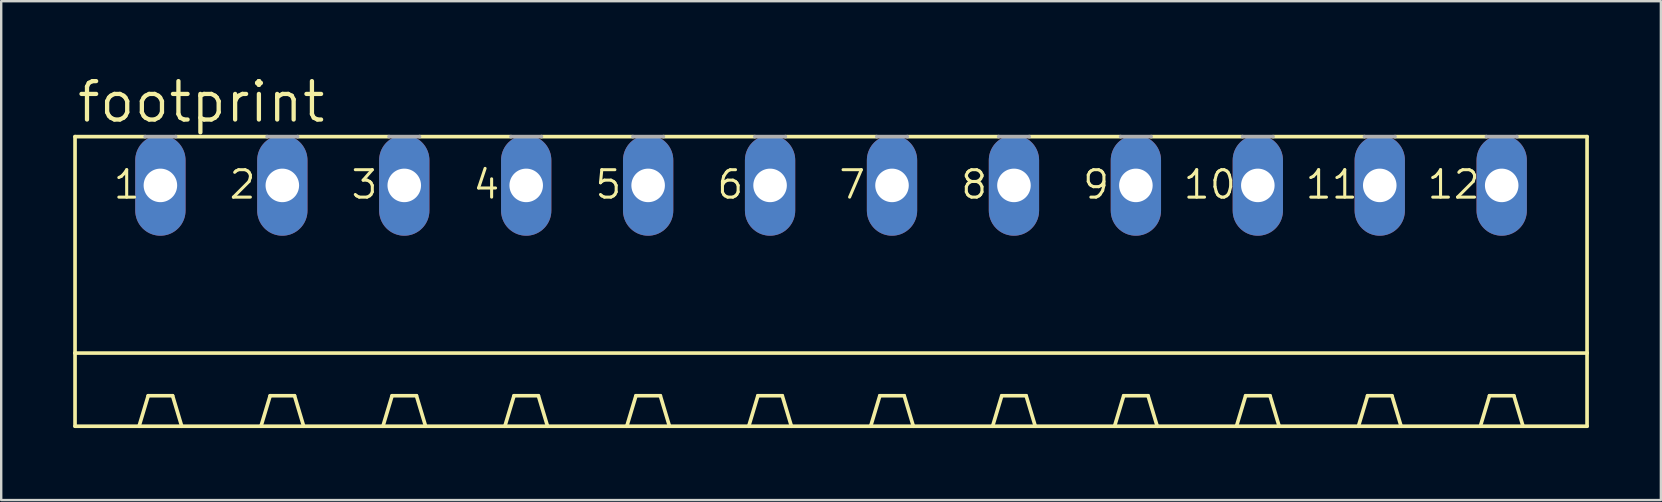
<source format=kicad_pcb>
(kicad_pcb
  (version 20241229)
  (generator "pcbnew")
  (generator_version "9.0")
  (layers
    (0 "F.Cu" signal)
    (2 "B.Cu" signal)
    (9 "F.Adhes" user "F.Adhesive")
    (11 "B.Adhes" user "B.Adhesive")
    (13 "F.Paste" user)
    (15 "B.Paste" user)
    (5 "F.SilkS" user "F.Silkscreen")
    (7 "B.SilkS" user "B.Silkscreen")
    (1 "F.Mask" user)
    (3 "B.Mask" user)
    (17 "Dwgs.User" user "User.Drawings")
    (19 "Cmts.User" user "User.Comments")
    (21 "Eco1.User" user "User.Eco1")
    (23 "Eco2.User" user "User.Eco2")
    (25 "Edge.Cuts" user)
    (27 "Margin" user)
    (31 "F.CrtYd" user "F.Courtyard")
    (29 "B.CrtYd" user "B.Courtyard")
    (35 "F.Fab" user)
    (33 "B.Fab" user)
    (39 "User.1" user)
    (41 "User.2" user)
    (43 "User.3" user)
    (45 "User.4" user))
  (footprint "footprint"
    (layer "F.Cu")
    (at 31.572 9.754)
    (property "Reference" "footprint" (at -31.496 -7.62 0) (layer "F.SilkS") (effects (font (size 1.6 1.6) (thickness 0.178)) (justify left bottom)))
    (fp_line (start -31.496 -7.112) (end -31.496 1.905) (stroke (width 0.152) (type solid)) (layer "F.SilkS"))
    (fp_line (start -31.496 -7.112) (end -28.575 -7.112) (stroke (width 0.152) (type solid)) (layer "F.SilkS"))
    (fp_line (start -31.496 1.905) (end -31.496 4.953) (stroke (width 0.152) (type solid)) (layer "F.SilkS"))
    (fp_line (start -31.496 1.905) (end 31.496 1.905) (stroke (width 0.152) (type solid)) (layer "F.SilkS"))
    (fp_line (start -31.496 4.953) (end -28.829 4.953) (stroke (width 0.152) (type solid)) (layer "F.SilkS"))
    (fp_line (start -28.829 4.953) (end -28.448 3.683) (stroke (width 0.152) (type solid)) (layer "F.SilkS"))
    (fp_line (start -28.829 4.953) (end -27.051 4.953) (stroke (width 0.152) (type solid)) (layer "F.SilkS"))
    (fp_line (start -27.432 3.683) (end -28.448 3.683) (stroke (width 0.152) (type solid)) (layer "F.SilkS"))
    (fp_line (start -27.305 -7.112) (end -23.495 -7.112) (stroke (width 0.152) (type solid)) (layer "F.SilkS"))
    (fp_line (start -27.051 4.953) (end -27.432 3.683) (stroke (width 0.152) (type solid)) (layer "F.SilkS"))
    (fp_line (start -27.051 4.953) (end -23.749 4.953) (stroke (width 0.152) (type solid)) (layer "F.SilkS"))
    (fp_line (start -23.749 4.953) (end -23.368 3.683) (stroke (width 0.152) (type solid)) (layer "F.SilkS"))
    (fp_line (start -23.749 4.953) (end -21.971 4.953) (stroke (width 0.152) (type solid)) (layer "F.SilkS"))
    (fp_line (start -23.368 3.683) (end -22.352 3.683) (stroke (width 0.152) (type solid)) (layer "F.SilkS"))
    (fp_line (start -22.225 -7.112) (end -18.415 -7.112) (stroke (width 0.152) (type solid)) (layer "F.SilkS"))
    (fp_line (start -21.971 4.953) (end -22.352 3.683) (stroke (width 0.152) (type solid)) (layer "F.SilkS"))
    (fp_line (start -21.971 4.953) (end -18.669 4.953) (stroke (width 0.152) (type solid)) (layer "F.SilkS"))
    (fp_line (start -18.669 4.953) (end -18.288 3.683) (stroke (width 0.152) (type solid)) (layer "F.SilkS"))
    (fp_line (start -18.669 4.953) (end -16.891 4.953) (stroke (width 0.152) (type solid)) (layer "F.SilkS"))
    (fp_line (start -18.288 3.683) (end -17.272 3.683) (stroke (width 0.152) (type solid)) (layer "F.SilkS"))
    (fp_line (start -17.145 -7.112) (end -13.335 -7.112) (stroke (width 0.152) (type solid)) (layer "F.SilkS"))
    (fp_line (start -16.891 4.953) (end -17.272 3.683) (stroke (width 0.152) (type solid)) (layer "F.SilkS"))
    (fp_line (start -16.891 4.953) (end -13.589 4.953) (stroke (width 0.152) (type solid)) (layer "F.SilkS"))
    (fp_line (start -13.589 4.953) (end -13.208 3.683) (stroke (width 0.152) (type solid)) (layer "F.SilkS"))
    (fp_line (start -13.589 4.953) (end -11.811 4.953) (stroke (width 0.152) (type solid)) (layer "F.SilkS"))
    (fp_line (start -13.208 3.683) (end -12.192 3.683) (stroke (width 0.152) (type solid)) (layer "F.SilkS"))
    (fp_line (start -12.065 -7.112) (end -8.255 -7.112) (stroke (width 0.152) (type solid)) (layer "F.SilkS"))
    (fp_line (start -11.811 4.953) (end -12.192 3.683) (stroke (width 0.152) (type solid)) (layer "F.SilkS"))
    (fp_line (start -11.811 4.953) (end -8.509 4.953) (stroke (width 0.152) (type solid)) (layer "F.SilkS"))
    (fp_line (start -8.509 4.953) (end -8.128 3.683) (stroke (width 0.152) (type solid)) (layer "F.SilkS"))
    (fp_line (start -8.509 4.953) (end -6.731 4.953) (stroke (width 0.152) (type solid)) (layer "F.SilkS"))
    (fp_line (start -8.128 3.683) (end -7.112 3.683) (stroke (width 0.152) (type solid)) (layer "F.SilkS"))
    (fp_line (start -6.985 -7.112) (end -3.175 -7.112) (stroke (width 0.152) (type solid)) (layer "F.SilkS"))
    (fp_line (start -6.731 4.953) (end -7.112 3.683) (stroke (width 0.152) (type solid)) (layer "F.SilkS"))
    (fp_line (start -6.731 4.953) (end -3.429 4.953) (stroke (width 0.152) (type solid)) (layer "F.SilkS"))
    (fp_line (start -3.429 4.953) (end -3.048 3.683) (stroke (width 0.152) (type solid)) (layer "F.SilkS"))
    (fp_line (start -3.429 4.953) (end -1.651 4.953) (stroke (width 0.152) (type solid)) (layer "F.SilkS"))
    (fp_line (start -3.048 3.683) (end -2.032 3.683) (stroke (width 0.152) (type solid)) (layer "F.SilkS"))
    (fp_line (start -1.905 -7.112) (end 1.905 -7.112) (stroke (width 0.152) (type solid)) (layer "F.SilkS"))
    (fp_line (start -1.651 4.953) (end -2.032 3.683) (stroke (width 0.152) (type solid)) (layer "F.SilkS"))
    (fp_line (start -1.651 4.953) (end 1.651 4.953) (stroke (width 0.152) (type solid)) (layer "F.SilkS"))
    (fp_line (start 1.651 4.953) (end 2.032 3.683) (stroke (width 0.152) (type solid)) (layer "F.SilkS"))
    (fp_line (start 1.651 4.953) (end 3.429 4.953) (stroke (width 0.152) (type solid)) (layer "F.SilkS"))
    (fp_line (start 2.032 3.683) (end 3.048 3.683) (stroke (width 0.152) (type solid)) (layer "F.SilkS"))
    (fp_line (start 3.175 -7.112) (end 6.985 -7.112) (stroke (width 0.152) (type solid)) (layer "F.SilkS"))
    (fp_line (start 3.429 4.953) (end 3.048 3.683) (stroke (width 0.152) (type solid)) (layer "F.SilkS"))
    (fp_line (start 3.429 4.953) (end 6.731 4.953) (stroke (width 0.152) (type solid)) (layer "F.SilkS"))
    (fp_line (start 6.731 4.953) (end 7.112 3.683) (stroke (width 0.152) (type solid)) (layer "F.SilkS"))
    (fp_line (start 6.731 4.953) (end 8.509 4.953) (stroke (width 0.152) (type solid)) (layer "F.SilkS"))
    (fp_line (start 7.112 3.683) (end 8.128 3.683) (stroke (width 0.152) (type solid)) (layer "F.SilkS"))
    (fp_line (start 8.255 -7.112) (end 12.065 -7.112) (stroke (width 0.152) (type solid)) (layer "F.SilkS"))
    (fp_line (start 8.509 4.953) (end 8.128 3.683) (stroke (width 0.152) (type solid)) (layer "F.SilkS"))
    (fp_line (start 8.509 4.953) (end 11.811 4.953) (stroke (width 0.152) (type solid)) (layer "F.SilkS"))
    (fp_line (start 11.811 4.953) (end 12.192 3.683) (stroke (width 0.152) (type solid)) (layer "F.SilkS"))
    (fp_line (start 11.811 4.953) (end 13.589 4.953) (stroke (width 0.152) (type solid)) (layer "F.SilkS"))
    (fp_line (start 12.192 3.683) (end 13.208 3.683) (stroke (width 0.152) (type solid)) (layer "F.SilkS"))
    (fp_line (start 13.335 -7.112) (end 17.145 -7.112) (stroke (width 0.152) (type solid)) (layer "F.SilkS"))
    (fp_line (start 13.589 4.953) (end 13.208 3.683) (stroke (width 0.152) (type solid)) (layer "F.SilkS"))
    (fp_line (start 13.589 4.953) (end 16.891 4.953) (stroke (width 0.152) (type solid)) (layer "F.SilkS"))
    (fp_line (start 16.891 4.953) (end 17.272 3.683) (stroke (width 0.152) (type solid)) (layer "F.SilkS"))
    (fp_line (start 16.891 4.953) (end 18.669 4.953) (stroke (width 0.152) (type solid)) (layer "F.SilkS"))
    (fp_line (start 17.272 3.683) (end 18.288 3.683) (stroke (width 0.152) (type solid)) (layer "F.SilkS"))
    (fp_line (start 18.415 -7.112) (end 22.225 -7.112) (stroke (width 0.152) (type solid)) (layer "F.SilkS"))
    (fp_line (start 18.669 4.953) (end 18.288 3.683) (stroke (width 0.152) (type solid)) (layer "F.SilkS"))
    (fp_line (start 18.669 4.953) (end 21.971 4.953) (stroke (width 0.152) (type solid)) (layer "F.SilkS"))
    (fp_line (start 21.971 4.953) (end 22.352 3.683) (stroke (width 0.152) (type solid)) (layer "F.SilkS"))
    (fp_line (start 21.971 4.953) (end 23.749 4.953) (stroke (width 0.152) (type solid)) (layer "F.SilkS"))
    (fp_line (start 22.352 3.683) (end 23.368 3.683) (stroke (width 0.152) (type solid)) (layer "F.SilkS"))
    (fp_line (start 23.495 -7.112) (end 27.305 -7.112) (stroke (width 0.152) (type solid)) (layer "F.SilkS"))
    (fp_line (start 23.749 4.953) (end 23.368 3.683) (stroke (width 0.152) (type solid)) (layer "F.SilkS"))
    (fp_line (start 23.749 4.953) (end 27.051 4.953) (stroke (width 0.152) (type solid)) (layer "F.SilkS"))
    (fp_line (start 27.051 4.953) (end 27.432 3.683) (stroke (width 0.152) (type solid)) (layer "F.SilkS"))
    (fp_line (start 27.051 4.953) (end 28.829 4.953) (stroke (width 0.152) (type solid)) (layer "F.SilkS"))
    (fp_line (start 27.432 3.683) (end 28.448 3.683) (stroke (width 0.152) (type solid)) (layer "F.SilkS"))
    (fp_line (start 28.575 -7.112) (end 31.496 -7.112) (stroke (width 0.152) (type solid)) (layer "F.SilkS"))
    (fp_line (start 28.829 4.953) (end 28.448 3.683) (stroke (width 0.152) (type solid)) (layer "F.SilkS"))
    (fp_line (start 28.829 4.953) (end 31.496 4.953) (stroke (width 0.152) (type solid)) (layer "F.SilkS"))
    (fp_line (start 31.496 -7.112) (end 31.496 1.905) (stroke (width 0.152) (type solid)) (layer "F.SilkS"))
    (fp_line (start 31.496 1.905) (end 31.496 4.953) (stroke (width 0.152) (type solid)) (layer "F.SilkS"))
    (fp_line (start -28.575 -7.112) (end -27.305 -7.112) (stroke (width 0.152) (type solid)) (layer "F.Fab"))
    (fp_line (start -23.495 -7.112) (end -22.225 -7.112) (stroke (width 0.152) (type solid)) (layer "F.Fab"))
    (fp_line (start -18.415 -7.112) (end -17.145 -7.112) (stroke (width 0.152) (type solid)) (layer "F.Fab"))
    (fp_line (start -13.335 -7.112) (end -12.065 -7.112) (stroke (width 0.152) (type solid)) (layer "F.Fab"))
    (fp_line (start -8.255 -7.112) (end -6.985 -7.112) (stroke (width 0.152) (type solid)) (layer "F.Fab"))
    (fp_line (start -3.175 -7.112) (end -1.905 -7.112) (stroke (width 0.152) (type solid)) (layer "F.Fab"))
    (fp_line (start 1.905 -7.112) (end 3.175 -7.112) (stroke (width 0.152) (type solid)) (layer "F.Fab"))
    (fp_line (start 6.985 -7.112) (end 8.255 -7.112) (stroke (width 0.152) (type solid)) (layer "F.Fab"))
    (fp_line (start 12.065 -7.112) (end 13.335 -7.112) (stroke (width 0.152) (type solid)) (layer "F.Fab"))
    (fp_line (start 17.145 -7.112) (end 18.415 -7.112) (stroke (width 0.152) (type solid)) (layer "F.Fab"))
    (fp_line (start 22.225 -7.112) (end 23.495 -7.112) (stroke (width 0.152) (type solid)) (layer "F.Fab"))
    (fp_line (start 27.305 -7.112) (end 28.575 -7.112) (stroke (width 0.152) (type solid)) (layer "F.Fab"))
    (fp_text user "3" (at -20.066 -4.445 0) (layer "F.SilkS") (effects (font (size 1.143 1.143) (thickness 0.127)) (justify left bottom)))
    (fp_text user "6" (at -4.826 -4.445 0) (layer "F.SilkS") (effects (font (size 1.143 1.143) (thickness 0.127)) (justify left bottom)))
    (fp_text user "9" (at 10.414 -4.445 0) (layer "F.SilkS") (effects (font (size 1.143 1.143) (thickness 0.127)) (justify left bottom)))
    (fp_text user "11" (at 19.685 -4.445 0) (layer "F.SilkS") (effects (font (size 1.143 1.143) (thickness 0.127)) (justify left bottom)))
    (fp_text user "1" (at -29.972 -4.445 0) (layer "F.SilkS") (effects (font (size 1.143 1.143) (thickness 0.127)) (justify left bottom)))
    (fp_text user "5" (at -9.906 -4.445 0) (layer "F.SilkS") (effects (font (size 1.143 1.143) (thickness 0.127)) (justify left bottom)))
    (fp_text user "2" (at -25.146 -4.445 0) (layer "F.SilkS") (effects (font (size 1.143 1.143) (thickness 0.127)) (justify left bottom)))
    (fp_text user "4" (at -14.986 -4.445 0) (layer "F.SilkS") (effects (font (size 1.143 1.143) (thickness 0.127)) (justify left bottom)))
    (fp_text user "12" (at 24.765 -4.445 0) (layer "F.SilkS") (effects (font (size 1.143 1.143) (thickness 0.127)) (justify left bottom)))
    (fp_text user "7" (at 0.254 -4.445 0) (layer "F.SilkS") (effects (font (size 1.143 1.143) (thickness 0.127)) (justify left bottom)))
    (fp_text user "8" (at 5.334 -4.445 0) (layer "F.SilkS") (effects (font (size 1.143 1.143) (thickness 0.127)) (justify left bottom)))
    (fp_text user "10" (at 14.605 -4.445 0) (layer "F.SilkS") (effects (font (size 1.143 1.143) (thickness 0.127)) (justify left bottom)))
    (pad "1" thru_hole oval (at -27.94 -5.08 90) (size 4.191 2.095) (drill 1.397) (layers "*.Cu" "*.Mask"))
    (pad "2" thru_hole oval (at -22.86 -5.08 90) (size 4.191 2.095) (drill 1.397) (layers "*.Cu" "*.Mask"))
    (pad "3" thru_hole oval (at -17.78 -5.08 90) (size 4.191 2.095) (drill 1.397) (layers "*.Cu" "*.Mask"))
    (pad "4" thru_hole oval (at -12.7 -5.08 90) (size 4.191 2.095) (drill 1.397) (layers "*.Cu" "*.Mask"))
    (pad "5" thru_hole oval (at -7.62 -5.08 90) (size 4.191 2.095) (drill 1.397) (layers "*.Cu" "*.Mask"))
    (pad "6" thru_hole oval (at -2.54 -5.08 90) (size 4.191 2.095) (drill 1.397) (layers "*.Cu" "*.Mask"))
    (pad "7" thru_hole oval (at 2.54 -5.08 90) (size 4.191 2.095) (drill 1.397) (layers "*.Cu" "*.Mask"))
    (pad "8" thru_hole oval (at 7.62 -5.08 90) (size 4.191 2.095) (drill 1.397) (layers "*.Cu" "*.Mask"))
    (pad "9" thru_hole oval (at 12.7 -5.08 90) (size 4.191 2.095) (drill 1.397) (layers "*.Cu" "*.Mask"))
    (pad "10" thru_hole oval (at 17.78 -5.08 90) (size 4.191 2.095) (drill 1.397) (layers "*.Cu" "*.Mask"))
    (pad "11" thru_hole oval (at 22.86 -5.08 90) (size 4.191 2.095) (drill 1.397) (layers "*.Cu" "*.Mask"))
    (pad "12" thru_hole oval (at 27.94 -5.08 90) (size 4.191 2.095) (drill 1.397) (layers "*.Cu" "*.Mask")))
  (gr_rect
    (start -3 -3)
    (end 66.144 17.783)
    (stroke (width 0.1) (type default))
    (fill no)
    (layer "Edge.Cuts")))
</source>
